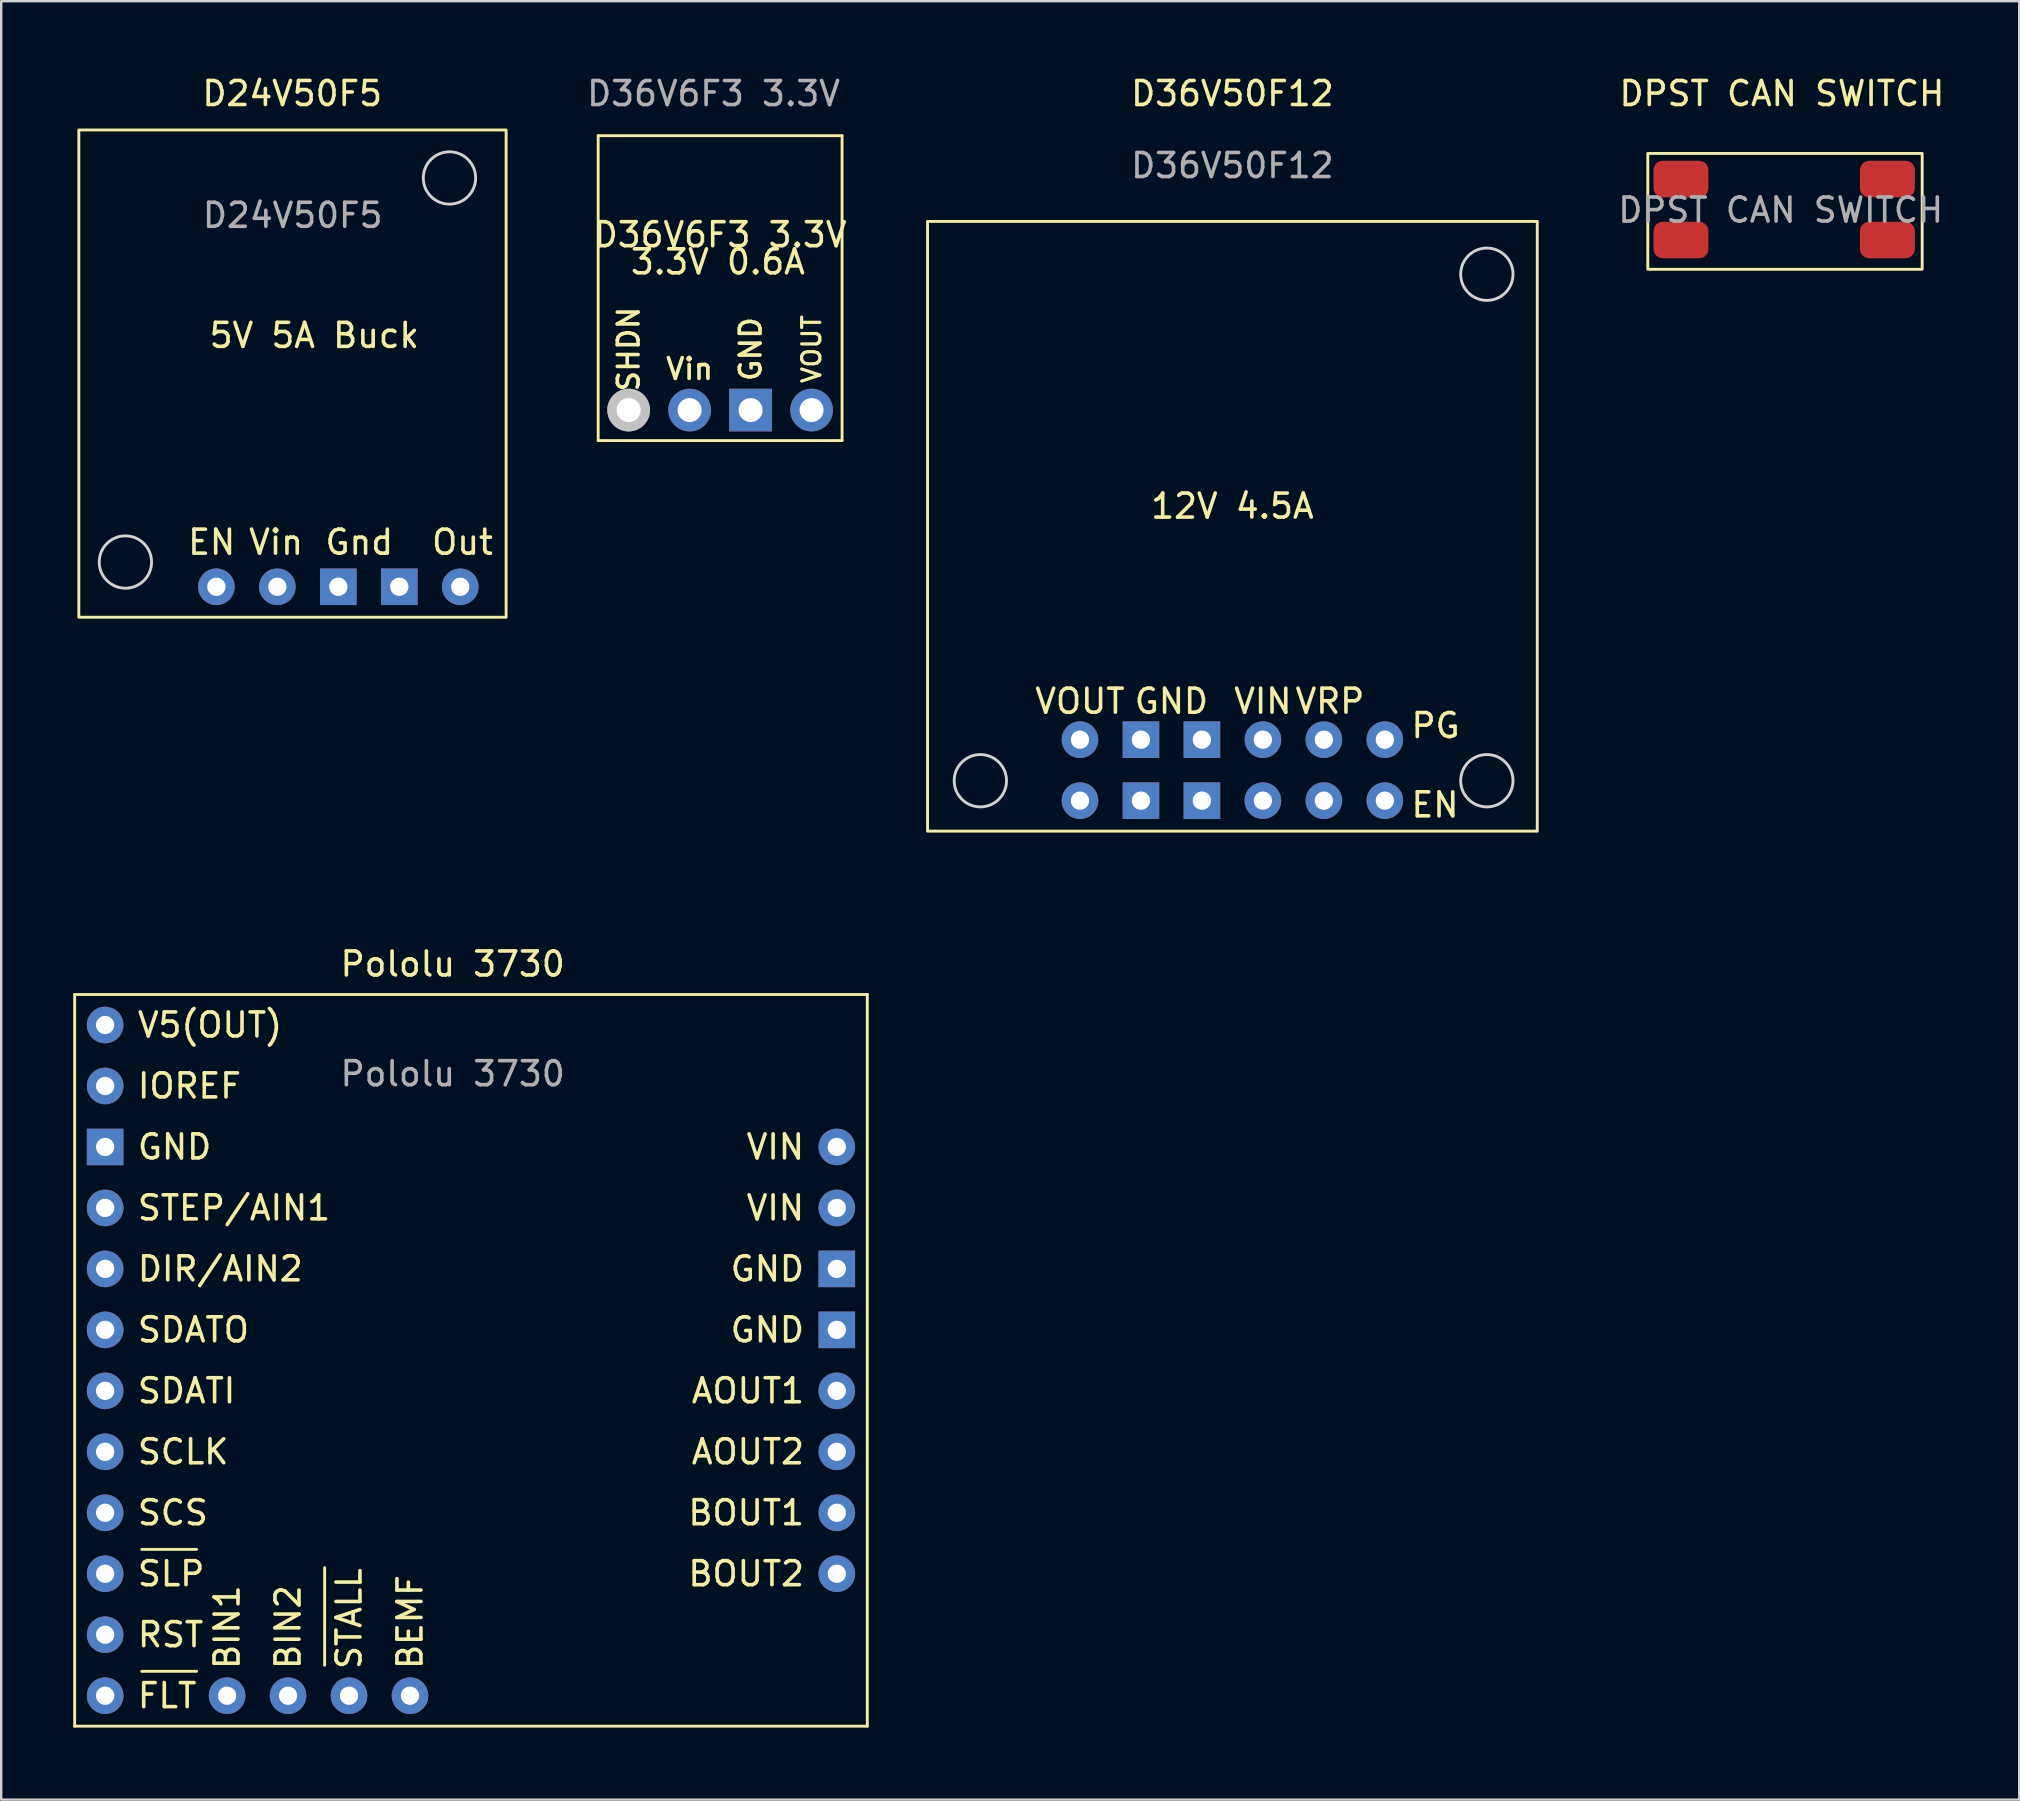
<source format=kicad_pcb>
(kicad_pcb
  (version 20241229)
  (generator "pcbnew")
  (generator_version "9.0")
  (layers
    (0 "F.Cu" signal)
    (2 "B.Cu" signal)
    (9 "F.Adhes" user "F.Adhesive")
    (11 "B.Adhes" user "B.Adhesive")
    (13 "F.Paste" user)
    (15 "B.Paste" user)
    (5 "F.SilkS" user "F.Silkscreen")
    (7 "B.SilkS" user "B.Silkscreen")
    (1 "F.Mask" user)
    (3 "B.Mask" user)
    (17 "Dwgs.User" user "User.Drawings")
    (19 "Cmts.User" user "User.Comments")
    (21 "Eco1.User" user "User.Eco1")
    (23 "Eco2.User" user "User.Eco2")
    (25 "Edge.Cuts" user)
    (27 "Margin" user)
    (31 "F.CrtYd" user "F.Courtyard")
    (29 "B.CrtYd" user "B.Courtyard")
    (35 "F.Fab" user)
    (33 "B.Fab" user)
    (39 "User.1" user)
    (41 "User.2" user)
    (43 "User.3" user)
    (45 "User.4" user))
  (footprint "D36V6F3 3.3V"
    (layer "F.Cu")
    (at 23.139 14.033)
    (property "Reference" "D36V6F3 3.3V" (at 3.81 -7.303 0) (unlocked yes) (layer "F.SilkS") (effects (font (size 1 1) (thickness 0.15))))
    (attr through_hole)
    (fp_line (start -1.27 -11.43) (end -1.27 1.27) (stroke (width 0.12) (type default)) (layer "F.SilkS"))
    (fp_line (start -1.27 1.27) (end 8.89 1.27) (stroke (width 0.12) (type default)) (layer "F.SilkS"))
    (fp_line (start 8.89 -11.43) (end -1.27 -11.43) (stroke (width 0.12) (type default)) (layer "F.SilkS"))
    (fp_line (start 8.89 1.27) (end 8.89 -11.43) (stroke (width 0.12) (type default)) (layer "F.SilkS"))
    (fp_text user "VOUT" (at 7.62 -2.54 90) (unlocked yes) (layer "F.SilkS") (effects (font (size 0.756 0.756) (thickness 0.133))))
    (fp_text user "Vin" (at 2.54 -1.714 0) (unlocked yes) (layer "F.SilkS") (effects (font (size 0.864 0.864) (thickness 0.152))))
    (fp_text user "SHDN" (at 0 -2.54 90) (unlocked yes) (layer "F.SilkS") (effects (font (size 0.864 0.864) (thickness 0.152))))
    (fp_text user "3.3V 0.6A" (at 0 -5.588 0) (unlocked yes) (layer "F.SilkS") (effects (font (size 1 1) (thickness 0.15)) (justify left bottom)))
    (fp_text user "GND" (at 5.08 -2.54 90) (unlocked yes) (layer "F.SilkS") (effects (font (size 0.864 0.864) (thickness 0.152))))
    (fp_text user "${REFERENCE}" (at 3.536 -13.184 0) (unlocked yes) (layer "F.Fab") (effects (font (size 1 1) (thickness 0.15))))
    (pad "1" thru_hole circle (at 0 0 270) (size 1.778 1.778) (drill 1) (layers "*.Cu" "*.Mask" "Dwgs.User"))
    (pad "2" thru_hole circle (at 2.54 0 270) (size 1.778 1.778) (drill 1) (layers "*.Cu" "*.Mask"))
    (pad "3" thru_hole rect (at 5.08 0 270) (size 1.778 1.778) (drill 1) (layers "*.Cu" "*.Mask"))
    (pad "4" thru_hole circle (at 7.62 0 270) (size 1.778 1.778) (drill 1) (layers "*.Cu" "*.Mask"))
    (zone (net_name "") (layer "F.CrtYd") (hatch edge 0.5) (connect_pads) (min_thickness 0.25) (filled_areas_thickness no) (keepout (tracks allowed) (vias allowed) (pads allowed) (copperpour allowed) (footprints allowed)) (placement (enabled no)) (fill) (polygon (pts (xy 21.361 2.095) (xy 32.283 2.095) (xy 32.283 15.557) (xy 21.361 15.557)))))
  (footprint "D24V50F5"
    (layer "F.Cu")
    (at 9.134 1.348)
    (property "Reference" "D24V50F5" (at -0.01 -0.5 0) (unlocked yes) (layer "F.SilkS") (effects (font (size 1 1) (thickness 0.15))))
    (attr through_hole)
    (fp_rect (start -8.9 1.016) (end 8.9 21.316) (stroke (width 0.12) (type default)) (fill no) (layer "F.SilkS"))
    (fp_circle (center -6.96 19.016) (end -5.87 19.016) (stroke (width 0.12) (type default)) (fill no) (layer "Edge.Cuts"))
    (fp_circle (center 6.54 3.016) (end 7.63 3.016) (stroke (width 0.12) (type default)) (fill no) (layer "Edge.Cuts"))
    (fp_text user "Gnd" (at 1.28 18.776 0) (unlocked yes) (layer "F.SilkS") (effects (font (size 1 1) (thickness 0.15)) (justify left bottom)))
    (fp_text user "Vin" (at -1.9 18.776 0) (unlocked yes) (layer "F.SilkS") (effects (font (size 1 1) (thickness 0.15)) (justify left bottom)))
    (fp_text user "Out" (at 5.72 18.776 0) (unlocked yes) (layer "F.SilkS") (effects (font (size 1 1) (thickness 0.15)) (justify left bottom)))
    (fp_text user "EN" (at -4.44 18.776 0) (unlocked yes) (layer "F.SilkS") (effects (font (size 1 1) (thickness 0.15)) (justify left bottom)))
    (fp_text user "5V 5A Buck" (at -3.546 10.16 0) (unlocked yes) (layer "F.SilkS") (effects (font (size 1 1) (thickness 0.15)) (justify left bottom)))
    (fp_text user "${REFERENCE}" (at 0.01 4.572 0) (unlocked yes) (layer "F.Fab") (effects (font (size 1 1) (thickness 0.15))))
    (pad "1" thru_hole circle (at -3.17 20.046) (size 1.524 1.524) (drill 0.762) (layers "*.Cu" "*.Mask"))
    (pad "2" thru_hole circle (at -0.63 20.046) (size 1.524 1.524) (drill 0.762) (layers "*.Cu" "*.Mask"))
    (pad "3" thru_hole rect (at 1.91 20.046) (size 1.524 1.524) (drill 0.762) (layers "*.Cu" "*.Mask"))
    (pad "4" thru_hole rect (at 4.45 20.046) (size 1.524 1.524) (drill 0.762) (layers "*.Cu" "*.Mask"))
    (pad "5" thru_hole circle (at 6.99 20.046) (size 1.524 1.524) (drill 0.762) (layers "*.Cu" "*.Mask"))
    (zone (net_name "") (layer "F.CrtYd") (name "Keepout") (hatch edge 0.5) (connect_pads) (min_thickness 0.25) (filled_areas_thickness no) (keepout (tracks allowed) (vias allowed) (pads not_allowed) (copperpour allowed) (footprints not_allowed)) (placement (enabled no)) (fill) (polygon (pts (xy 0 2.11) (xy 18.288 2.11) (xy 18.288 22.938) (xy 0 22.938)))))
  (footprint "DPST CAN SWITCH"
    (layer "F.Cu")
    (at 71.183 1.31)
    (property "Reference" "DPST CAN SWITCH" (at -0.001 -0.462 0) (unlocked yes) (layer "F.SilkS") (effects (font (size 1 1) (thickness 0.15))))
    (attr smd)
    (fp_rect (start -5.588 2.032) (end 5.842 6.858) (stroke (width 0.12) (type default)) (fill no) (layer "F.SilkS"))
    (fp_text user "${REFERENCE}" (at -0.052 4.392 0) (unlocked yes) (layer "F.Fab") (effects (font (size 1 1) (thickness 0.15))))
    (pad "1" smd roundrect (at -4.206 3.099) (size 2.286 1.524) (layers "F.Cu" "F.Mask" "F.Paste") (roundrect_rratio 0.25))
    (pad "2" smd roundrect (at 4.394 3.099) (size 2.286 1.524) (layers "F.Cu" "F.Mask" "F.Paste") (roundrect_rratio 0.25))
    (pad "3" smd roundrect (at -4.206 5.639) (size 2.286 1.524) (layers "F.Cu" "F.Mask" "F.Paste") (roundrect_rratio 0.25))
    (pad "4" smd roundrect (at 4.394 5.639) (size 2.286 1.524) (layers "F.Cu" "F.Mask" "F.Paste") (roundrect_rratio 0.25))
    (zone (net_name "") (layer "F.CrtYd") (hatch edge 0.5) (connect_pads) (min_thickness 0.25) (filled_areas_thickness no) (keepout (tracks allowed) (vias allowed) (pads allowed) (copperpour allowed) (footprints not_allowed)) (placement (enabled no)) (fill) (polygon (pts (xy 65.341 3.088) (xy 65.341 8.422) (xy 77.279 8.422) (xy 77.279 3.088)))))
  (footprint "D36V50F12"
    (layer "F.Cu")
    (at 48.29 1.348)
    (property "Reference" "D36V50F12" (at 0 -0.5 0) (unlocked yes) (layer "F.SilkS") (effects (font (size 1 1) (thickness 0.15))))
    (attr through_hole)
    (fp_rect (start -12.7 4.826) (end 12.7 30.226) (stroke (width 0.12) (type default)) (fill no) (layer "F.SilkS"))
    (fp_circle (center -10.5 28.126) (end -9.41 28.126) (stroke (width 0.12) (type default)) (fill no) (layer "Edge.Cuts"))
    (fp_circle (center 10.6 7.026) (end 11.69 7.026) (stroke (width 0.12) (type default)) (fill no) (layer "Edge.Cuts"))
    (fp_circle (center 10.6 28.126) (end 11.69 28.126) (stroke (width 0.12) (type default)) (fill no) (layer "Edge.Cuts"))
    (fp_text user "GND" (at -2.54 25.4 0) (unlocked yes) (layer "F.SilkS") (effects (font (size 1 1) (thickness 0.15)) (justify bottom)))
    (fp_text user "VRP" (at 4.064 25.4 0) (unlocked yes) (layer "F.SilkS") (effects (font (size 1 1) (thickness 0.15)) (justify bottom)))
    (fp_text user "VIN" (at 1.27 25.4 0) (unlocked yes) (layer "F.SilkS") (effects (font (size 1 1) (thickness 0.15)) (justify bottom)))
    (fp_text user "PG" (at 7.366 26.416 0) (unlocked yes) (layer "F.SilkS") (effects (font (size 1 1) (thickness 0.15)) (justify left bottom)))
    (fp_text user "EN" (at 7.366 29.718 0) (unlocked yes) (layer "F.SilkS") (effects (font (size 1 1) (thickness 0.15)) (justify left bottom)))
    (fp_text user "12V 4.5A" (at 0 17.272 0) (unlocked yes) (layer "F.SilkS") (effects (font (size 1 1) (thickness 0.15)) (justify bottom)))
    (fp_text user "VOUT" (at -6.35 25.4 0) (unlocked yes) (layer "F.SilkS") (effects (font (size 1 1) (thickness 0.15)) (justify bottom)))
    (fp_text user "${REFERENCE}" (at 0 2.5 0) (unlocked yes) (layer "F.Fab") (effects (font (size 1 1) (thickness 0.15))))
    (pad "1" thru_hole circle (at 6.35 28.956) (size 1.524 1.524) (drill 0.762) (layers "*.Cu" "*.Mask"))
    (pad "2" thru_hole circle (at 6.35 26.416) (size 1.524 1.524) (drill 0.762) (layers "*.Cu" "*.Mask"))
    (pad "3" thru_hole circle (at 3.81 28.956) (size 1.524 1.524) (drill 0.762) (layers "*.Cu" "*.Mask"))
    (pad "4" thru_hole circle (at 3.81 26.416) (size 1.524 1.524) (drill 0.762) (layers "*.Cu" "*.Mask"))
    (pad "5" thru_hole circle (at 1.27 28.956) (size 1.524 1.524) (drill 0.762) (layers "*.Cu" "*.Mask"))
    (pad "6" thru_hole circle (at 1.27 26.416) (size 1.524 1.524) (drill 0.762) (layers "*.Cu" "*.Mask"))
    (pad "7" thru_hole rect (at -1.27 28.956) (size 1.524 1.524) (drill 0.762) (layers "*.Cu" "*.Mask"))
    (pad "8" thru_hole rect (at -1.27 26.416) (size 1.524 1.524) (drill 0.762) (layers "*.Cu" "*.Mask"))
    (pad "9" thru_hole rect (at -3.81 28.956) (size 1.524 1.524) (drill 0.762) (layers "*.Cu" "*.Mask"))
    (pad "10" thru_hole rect (at -3.81 26.416) (size 1.524 1.524) (drill 0.762) (layers "*.Cu" "*.Mask"))
    (pad "11" thru_hole circle (at -6.35 28.956) (size 1.524 1.524) (drill 0.762) (layers "*.Cu" "*.Mask"))
    (pad "12" thru_hole circle (at -6.35 26.416) (size 1.524 1.524) (drill 0.762) (layers "*.Cu" "*.Mask"))
    (zone (net_name "") (layer "F.CrtYd") (name "Keepout") (hatch edge 0.5) (connect_pads) (min_thickness 0.25) (filled_areas_thickness no) (keepout (tracks allowed) (vias allowed) (pads not_allowed) (copperpour allowed) (footprints not_allowed)) (placement (enabled no)) (fill) (polygon (pts (xy 35.336 5.92) (xy 61.244 5.92) (xy 61.159 31.828) (xy 35.336 31.828)))))
  (footprint "Pololu 3730"
    (layer "F.Cu")
    (at 15.808 35.078)
    (property "Reference" "Pololu 3730" (at 0 2.032 0) (unlocked yes) (layer "F.SilkS") (effects (font (size 1 1) (thickness 0.15))))
    (attr through_hole)
    (fp_line (start -15.748 3.302) (end 17.272 3.302) (stroke (width 0.12) (type solid)) (layer "F.SilkS"))
    (fp_line (start -15.748 33.782) (end -15.748 3.302) (stroke (width 0.12) (type solid)) (layer "F.SilkS"))
    (fp_line (start -12.954 26.416) (end -10.668 26.416) (stroke (width 0.12) (type default)) (layer "F.SilkS"))
    (fp_line (start -12.954 31.496) (end -10.668 31.496) (stroke (width 0.12) (type default)) (layer "F.SilkS"))
    (fp_line (start -5.334 31.242) (end -5.334 27.178) (stroke (width 0.12) (type default)) (layer "F.SilkS"))
    (fp_line (start 17.272 3.302) (end 17.272 33.782) (stroke (width 0.12) (type solid)) (layer "F.SilkS"))
    (fp_line (start 17.272 33.782) (end -15.748 33.782) (stroke (width 0.12) (type solid)) (layer "F.SilkS"))
    (fp_text user "SDATI" (at -13.208 19.812 0) (layer "F.SilkS") (effects (font (size 1 1) (thickness 0.15)) (justify left)))
    (fp_text user "STEP/AIN1" (at -13.208 12.192 0) (layer "F.SilkS") (effects (font (size 1 1) (thickness 0.15)) (justify left)))
    (fp_text user "GND" (at 14.732 17.272 0) (layer "F.SilkS") (effects (font (size 1 1) (thickness 0.15)) (justify right)))
    (fp_text user "GND" (at -13.208 9.652 0) (layer "F.SilkS") (effects (font (size 1 1) (thickness 0.15)) (justify left)))
    (fp_text user "BEMF" (at -1.778 31.496 270) (layer "F.SilkS") (effects (font (size 1 1) (thickness 0.15)) (justify left)))
    (fp_text user "SCLK" (at -13.208 22.352 0) (layer "F.SilkS") (effects (font (size 1 1) (thickness 0.15)) (justify left)))
    (fp_text user "FLT" (at -13.208 32.512 0) (layer "F.SilkS") (effects (font (size 1 1) (thickness 0.15)) (justify left)))
    (fp_text user "BIN1" (at -9.398 31.496 270) (layer "F.SilkS") (effects (font (size 1 1) (thickness 0.15)) (justify left)))
    (fp_text user "IOREF" (at -13.208 7.112 0) (layer "F.SilkS") (effects (font (size 1 1) (thickness 0.15)) (justify left)))
    (fp_text user "AOUT1" (at 14.732 19.812 0) (layer "F.SilkS") (effects (font (size 1 1) (thickness 0.15)) (justify right)))
    (fp_text user "SCS" (at -13.208 24.892 0) (layer "F.SilkS") (effects (font (size 1 1) (thickness 0.15)) (justify left)))
    (fp_text user "VIN" (at 14.732 9.652 0) (layer "F.SilkS") (effects (font (size 1 1) (thickness 0.15)) (justify right)))
    (fp_text user "GND" (at 14.732 14.732 0) (layer "F.SilkS") (effects (font (size 1 1) (thickness 0.15)) (justify right)))
    (fp_text user "BIN2" (at -6.858 31.496 270) (layer "F.SilkS") (effects (font (size 1 1) (thickness 0.15)) (justify left)))
    (fp_text user "BOUT2" (at 14.732 27.432 0) (layer "F.SilkS") (effects (font (size 1 1) (thickness 0.15)) (justify right)))
    (fp_text user "SLP" (at -13.208 27.432 0) (layer "F.SilkS") (effects (font (size 1 1) (thickness 0.15)) (justify left)))
    (fp_text user "V5(OUT)" (at -13.208 4.572 0) (layer "F.SilkS") (effects (font (size 1 1) (thickness 0.15)) (justify left)))
    (fp_text user "AOUT2" (at 14.732 22.352 0) (layer "F.SilkS") (effects (font (size 1 1) (thickness 0.15)) (justify right)))
    (fp_text user "SDATO" (at -13.208 17.272 0) (layer "F.SilkS") (effects (font (size 1 1) (thickness 0.15)) (justify left)))
    (fp_text user "DIR/AIN2" (at -13.208 14.732 0) (layer "F.SilkS") (effects (font (size 1 1) (thickness 0.15)) (justify left)))
    (fp_text user "BOUT1" (at 14.732 24.892 0) (layer "F.SilkS") (effects (font (size 1 1) (thickness 0.15)) (justify right)))
    (fp_text user "RST" (at -13.208 29.972 0) (layer "F.SilkS") (effects (font (size 1 1) (thickness 0.15)) (justify left)))
    (fp_text user "VIN" (at 14.732 12.192 0) (layer "F.SilkS") (effects (font (size 1 1) (thickness 0.15)) (justify right)))
    (fp_text user "STALL" (at -4.318 31.496 270) (layer "F.SilkS") (effects (font (size 1 1) (thickness 0.15)) (justify left)))
    (fp_text user "${REFERENCE}" (at 0 6.604 0) (unlocked yes) (layer "F.Fab") (effects (font (size 1 1) (thickness 0.15))))
    (pad "1" thru_hole circle (at -14.478 4.572) (size 1.524 1.524) (drill 0.762) (layers "*.Cu" "*.Mask"))
    (pad "2" thru_hole circle (at -14.478 7.112) (size 1.524 1.524) (drill 0.762) (layers "*.Cu" "*.Mask"))
    (pad "3" thru_hole rect (at -14.478 9.652) (size 1.524 1.524) (drill 0.762) (layers "*.Cu" "*.Mask"))
    (pad "4" thru_hole circle (at -14.478 12.192) (size 1.524 1.524) (drill 0.762) (layers "*.Cu" "*.Mask"))
    (pad "5" thru_hole circle (at -14.478 14.732) (size 1.524 1.524) (drill 0.762) (layers "*.Cu" "*.Mask"))
    (pad "6" thru_hole circle (at -14.478 17.272) (size 1.524 1.524) (drill 0.762) (layers "*.Cu" "*.Mask"))
    (pad "7" thru_hole circle (at -14.478 19.812) (size 1.524 1.524) (drill 0.762) (layers "*.Cu" "*.Mask"))
    (pad "8" thru_hole circle (at -14.478 22.352) (size 1.524 1.524) (drill 0.762) (layers "*.Cu" "*.Mask"))
    (pad "9" thru_hole circle (at -14.478 24.892) (size 1.524 1.524) (drill 0.762) (layers "*.Cu" "*.Mask"))
    (pad "10" thru_hole circle (at -14.478 27.432) (size 1.524 1.524) (drill 0.762) (layers "*.Cu" "*.Mask"))
    (pad "11" thru_hole circle (at -14.478 29.972) (size 1.524 1.524) (drill 0.762) (layers "*.Cu" "*.Mask"))
    (pad "12" thru_hole circle (at -14.478 32.512) (size 1.524 1.524) (drill 0.762) (layers "*.Cu" "*.Mask"))
    (pad "13" thru_hole circle (at -9.398 32.512) (size 1.524 1.524) (drill 0.762) (layers "*.Cu" "*.Mask"))
    (pad "14" thru_hole circle (at -6.858 32.512) (size 1.524 1.524) (drill 0.762) (layers "*.Cu" "*.Mask"))
    (pad "15" thru_hole circle (at -4.318 32.512) (size 1.524 1.524) (drill 0.762) (layers "*.Cu" "*.Mask"))
    (pad "16" thru_hole circle (at -1.778 32.512) (size 1.524 1.524) (drill 0.762) (layers "*.Cu" "*.Mask"))
    (pad "17" thru_hole circle (at 16.002 27.432) (size 1.524 1.524) (drill 0.762) (layers "*.Cu" "*.Mask"))
    (pad "18" thru_hole circle (at 16.002 24.892) (size 1.524 1.524) (drill 0.762) (layers "*.Cu" "*.Mask"))
    (pad "19" thru_hole circle (at 16.002 22.352) (size 1.524 1.524) (drill 0.762) (layers "*.Cu" "*.Mask"))
    (pad "20" thru_hole circle (at 16.002 19.812) (size 1.524 1.524) (drill 0.762) (layers "*.Cu" "*.Mask"))
    (pad "21" thru_hole rect (at 16.002 17.272) (size 1.524 1.524) (drill 0.762) (layers "*.Cu" "*.Mask"))
    (pad "22" thru_hole rect (at 16.002 14.732) (size 1.524 1.524) (drill 0.762) (layers "*.Cu" "*.Mask"))
    (pad "23" thru_hole circle (at 16.002 12.192) (size 1.524 1.524) (drill 0.762) (layers "*.Cu" "*.Mask"))
    (pad "24" thru_hole circle (at 16.002 9.652) (size 1.524 1.524) (drill 0.762) (layers "*.Cu" "*.Mask")))
  (gr_rect
    (start -3 -3)
    (end 81.068 71.92)
    (stroke (width 0.1) (type default))
    (fill no)
    (layer "Edge.Cuts")))
</source>
